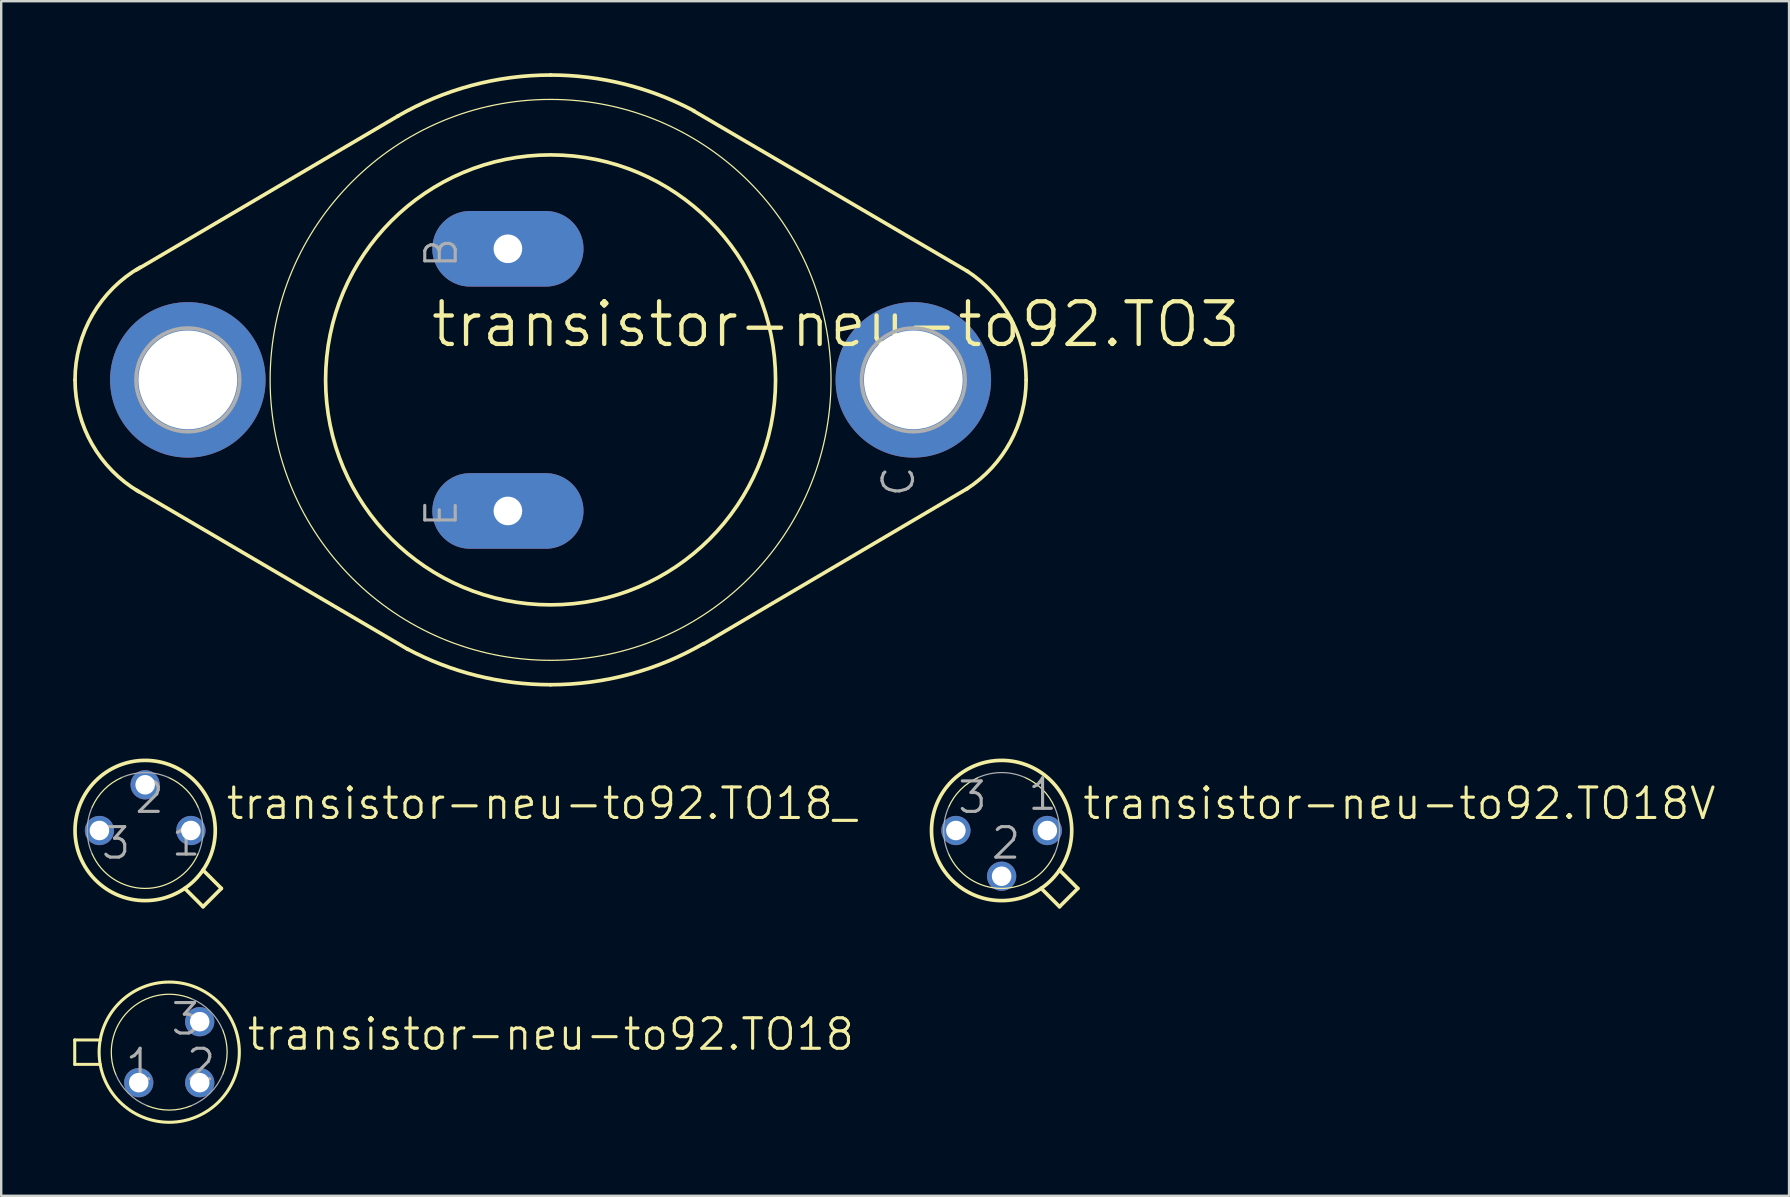
<source format=kicad_pcb>
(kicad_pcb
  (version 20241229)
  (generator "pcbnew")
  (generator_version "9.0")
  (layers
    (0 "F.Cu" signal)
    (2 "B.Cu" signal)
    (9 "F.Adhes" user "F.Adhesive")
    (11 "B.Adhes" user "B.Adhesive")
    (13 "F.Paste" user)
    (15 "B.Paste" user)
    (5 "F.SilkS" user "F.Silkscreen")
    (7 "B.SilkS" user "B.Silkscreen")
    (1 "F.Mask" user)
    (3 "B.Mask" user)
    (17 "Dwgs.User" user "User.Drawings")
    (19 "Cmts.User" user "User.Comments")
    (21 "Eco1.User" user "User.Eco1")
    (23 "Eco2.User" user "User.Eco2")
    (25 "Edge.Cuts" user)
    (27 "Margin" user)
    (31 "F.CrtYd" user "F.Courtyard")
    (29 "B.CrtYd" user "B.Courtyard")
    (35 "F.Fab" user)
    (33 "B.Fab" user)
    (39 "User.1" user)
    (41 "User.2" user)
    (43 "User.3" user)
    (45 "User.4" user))
  (footprint "transistor-neu-to92.TO3"
    (layer "F.Cu")
    (at 19.888 12.776)
    (property "Reference" "transistor-neu-to92.TO3" (at -5.08 -1.27 0) (layer "F.SilkS") (effects (font (size 1.778 1.778) (thickness 0.18)) (justify left bottom)))
    (attr through_hole)
    (fp_line (start -6.35 -10.998) (end -17.272 -4.572) (stroke (width 0.152) (type default)) (layer "F.SilkS"))
    (fp_line (start -5.944 11.227) (end -17.247 4.597) (stroke (width 0.152) (type default)) (layer "F.SilkS"))
    (fp_line (start 5.969 -11.201) (end 17.374 -4.521) (stroke (width 0.152) (type default)) (layer "F.SilkS"))
    (fp_line (start 6.375 10.998) (end 17.374 4.521) (stroke (width 0.152) (type default)) (layer "F.SilkS"))
    (fp_arc (start -19.812 0) (mid -19.08306 -2.712168) (end -17.0927 -4.6935) (stroke (width 0.1524) (type default)) (layer "F.SilkS"))
    (fp_arc (start -17.1555 4.657) (mid -19.101186 2.680705) (end -19.812 0) (stroke (width 0.1524) (type default)) (layer "F.SilkS"))
    (fp_arc (start -6.3718 -10.9859) (mid -3.299165 -12.263989) (end 0 -12.7) (stroke (width 0.1524) (type default)) (layer "F.SilkS"))
    (fp_arc (start 0 -12.7) (mid 3.080216 -12.320822) (end 5.9765 -11.2059) (stroke (width 0.1524) (type default)) (layer "F.SilkS"))
    (fp_arc (start 0 12.7) (mid -3.080216 12.320822) (end -5.9765 11.2059) (stroke (width 0.1524) (type default)) (layer "F.SilkS"))
    (fp_arc (start 6.3718 10.9859) (mid 3.299165 12.263989) (end 0 12.7) (stroke (width 0.1524) (type default)) (layer "F.SilkS"))
    (fp_arc (start 17.3366 -4.545) (mid 19.153012 -2.587691) (end 19.812 0) (stroke (width 0.1524) (type default)) (layer "F.SilkS"))
    (fp_arc (start 19.812 0) (mid 19.153012 2.587691) (end 17.3366 4.545) (stroke (width 0.1524) (type default)) (layer "F.SilkS"))
    (fp_circle (center 0 0) (end 9.373 0) (stroke (width 0.152) (type default)) (fill no) (layer "F.SilkS"))
    (fp_circle (center 0 0) (end 11.684 0) (stroke (width 0.051) (type default)) (fill no) (layer "F.SilkS"))
    (fp_circle (center -15.113 0) (end -12.954 0) (stroke (width 0.152) (type default)) (fill no) (layer "F.Fab"))
    (fp_circle (center 15.113 0) (end 17.272 0) (stroke (width 0.152) (type default)) (fill no) (layer "F.Fab"))
    (fp_text user "B" (at -3.81 -4.572 90) (layer "F.Fab") (effects (font (size 1.27 1.27) (thickness 0.13)) (justify left bottom)))
    (fp_text user "E" (at -3.81 6.223 90) (layer "F.Fab") (effects (font (size 1.27 1.27) (thickness 0.13)) (justify left bottom)))
    (fp_text user "C" (at 15.24 4.953 90) (layer "F.Fab") (effects (font (size 1.27 1.27) (thickness 0.13)) (justify left bottom)))
    (pad "B" thru_hole oval (at -1.778 -5.461) (size 6.299 3.15) (drill 1.194) (layers "*.Cu" "*.Mask"))
    (pad "C" thru_hole circle (at 15.113 0) (size 6.477 6.477) (drill 4.115) (layers "*.Cu" "*.Mask"))
    (pad "C/" thru_hole circle (at -15.113 0) (size 6.477 6.477) (drill 4.115) (layers "*.Cu" "*.Mask"))
    (pad "E" thru_hole oval (at -1.778 5.461) (size 6.299 3.15) (drill 1.194) (layers "*.Cu" "*.Mask")))
  (footprint "transistor-neu-to92.TO18V"
    (layer "F.Cu")
    (at 38.679 31.55)
    (property "Reference" "transistor-neu-to92.TO18V" (at 3.302 -0.381 0) (layer "F.SilkS") (effects (font (size 1.27 1.27) (thickness 0.13)) (justify left bottom)))
    (attr through_hole)
    (fp_line (start 1.649 2.411) (end 2.413 3.175) (stroke (width 0.152) (type default)) (layer "F.SilkS"))
    (fp_line (start 2.411 1.649) (end 3.175 2.413) (stroke (width 0.152) (type default)) (layer "F.SilkS"))
    (fp_line (start 2.413 3.175) (end 3.175 2.413) (stroke (width 0.152) (type default)) (layer "F.SilkS"))
    (fp_arc (start -2.2098 -0.9693) (mid -1.706276 -1.706276) (end -0.9693 -2.2098) (stroke (width 0.0508) (type default)) (layer "F.SilkS"))
    (fp_arc (start 0.9693 -2.2098) (mid 1.706276 -1.706276) (end 2.2098 -0.9693) (stroke (width 0.0508) (type default)) (layer "F.SilkS"))
    (fp_arc (start 2.2098 0.9693) (mid 0 2.413039) (end -2.2098 0.9693) (stroke (width 0.0508) (type default)) (layer "F.SilkS"))
    (fp_circle (center 0 0) (end 2.921 0) (stroke (width 0.152) (type default)) (fill no) (layer "F.SilkS"))
    (fp_arc (start -2.2098 0.9693) (mid -2.413039 0) (end -2.2098 -0.9693) (stroke (width 0.0508) (type default)) (layer "F.Fab"))
    (fp_arc (start -0.9693 -2.2098) (mid 0 -2.413039) (end 0.9693 -2.2098) (stroke (width 0.0508) (type default)) (layer "F.Fab"))
    (fp_arc (start 2.2098 -0.9693) (mid 2.413039 0) (end 2.2098 0.9693) (stroke (width 0.0508) (type default)) (layer "F.Fab"))
    (fp_text user "3" (at -1.905 -0.635 0) (layer "F.Fab") (effects (font (size 1.27 1.27) (thickness 0.13)) (justify left bottom)))
    (fp_text user "1" (at 1.016 -0.762 0) (layer "F.Fab") (effects (font (size 1.27 1.27) (thickness 0.13)) (justify left bottom)))
    (fp_text user "2" (at -0.508 1.27 0) (layer "F.Fab") (effects (font (size 1.27 1.27) (thickness 0.13)) (justify left bottom)))
    (pad "1" thru_hole circle (at 1.905 0) (size 1.219 1.219) (drill 0.813) (layers "*.Cu" "*.Mask"))
    (pad "2" thru_hole circle (at 0 1.905) (size 1.219 1.219) (drill 0.813) (layers "*.Cu" "*.Mask"))
    (pad "3" thru_hole circle (at -1.905 0) (size 1.219 1.219) (drill 0.813) (layers "*.Cu" "*.Mask")))
  (footprint "transistor-neu-to92.TO18_"
    (layer "F.Cu")
    (at 2.997 31.55)
    (property "Reference" "transistor-neu-to92.TO18_" (at 3.302 -0.381 0) (layer "F.SilkS") (effects (font (size 1.27 1.27) (thickness 0.13)) (justify left bottom)))
    (attr through_hole)
    (fp_line (start 1.649 2.411) (end 2.413 3.175) (stroke (width 0.152) (type default)) (layer "F.SilkS"))
    (fp_line (start 2.411 1.649) (end 3.175 2.413) (stroke (width 0.152) (type default)) (layer "F.SilkS"))
    (fp_line (start 2.413 3.175) (end 3.175 2.413) (stroke (width 0.152) (type default)) (layer "F.SilkS"))
    (fp_arc (start -2.2098 -0.9692) (mid -1.706248 -1.706248) (end -0.9692 -2.2098) (stroke (width 0.0508) (type default)) (layer "F.SilkS"))
    (fp_arc (start 0.9692 -2.2098) (mid 1.706248 -1.706248) (end 2.2098 -0.9692) (stroke (width 0.0508) (type default)) (layer "F.SilkS"))
    (fp_arc (start 2.2098 0.9692) (mid 0 2.412999) (end -2.2098 0.9692) (stroke (width 0.0508) (type default)) (layer "F.SilkS"))
    (fp_circle (center 0 0) (end 2.921 0) (stroke (width 0.152) (type default)) (fill no) (layer "F.SilkS"))
    (fp_arc (start -2.2098 0.9692) (mid -2.412999 0) (end -2.2098 -0.9692) (stroke (width 0.0508) (type default)) (layer "F.Fab"))
    (fp_arc (start -0.9692 -2.2098) (mid 0 -2.412999) (end 0.9692 -2.2098) (stroke (width 0.0508) (type default)) (layer "F.Fab"))
    (fp_arc (start 2.2098 -0.9692) (mid 2.412999 0) (end 2.2098 0.9692) (stroke (width 0.0508) (type default)) (layer "F.Fab"))
    (fp_text user "3" (at -1.905 1.27 0) (layer "F.Fab") (effects (font (size 1.27 1.27) (thickness 0.13)) (justify left bottom)))
    (fp_text user "1" (at 1.016 1.143 0) (layer "F.Fab") (effects (font (size 1.27 1.27) (thickness 0.13)) (justify left bottom)))
    (fp_text user "2" (at -0.508 -0.635 0) (layer "F.Fab") (effects (font (size 1.27 1.27) (thickness 0.13)) (justify left bottom)))
    (pad "1" thru_hole circle (at 1.905 0) (size 1.219 1.219) (drill 0.813) (layers "*.Cu" "*.Mask"))
    (pad "2" thru_hole circle (at 0 -1.905) (size 1.219 1.219) (drill 0.813) (layers "*.Cu" "*.Mask"))
    (pad "3" thru_hole circle (at -1.905 0) (size 1.219 1.219) (drill 0.813) (layers "*.Cu" "*.Mask")))
  (footprint "transistor-neu-to92.TO18"
    (layer "F.Cu")
    (at 4 40.785)
    (property "Reference" "transistor-neu-to92.TO18" (at 3.175 0 0) (layer "F.SilkS") (effects (font (size 1.27 1.27) (thickness 0.13)) (justify left bottom)))
    (attr through_hole)
    (fp_line (start -3.937 -0.508) (end -2.877 -0.508) (stroke (width 0.127) (type default)) (layer "F.SilkS"))
    (fp_line (start -3.937 0.508) (end -3.937 -0.508) (stroke (width 0.127) (type default)) (layer "F.SilkS"))
    (fp_line (start -3.937 0.508) (end -2.877 0.508) (stroke (width 0.127) (type default)) (layer "F.SilkS"))
    (fp_arc (start -2.227 0.9289) (mid -1.706187 -1.706287) (end 0.929 -2.2271) (stroke (width 0.0508) (type default)) (layer "F.SilkS"))
    (fp_arc (start 0.9289 2.227) (mid 0 2.412962) (end -0.9289 2.227) (stroke (width 0.0508) (type default)) (layer "F.SilkS"))
    (fp_arc (start 2.227 -0.9289) (mid 2.412962 0) (end 2.227 0.9289) (stroke (width 0.0508) (type default)) (layer "F.SilkS"))
    (fp_circle (center 0 0) (end 2.921 0) (stroke (width 0.127) (type default)) (fill no) (layer "F.SilkS"))
    (fp_arc (start -0.9289 2.227) (mid -1.706222 1.706222) (end -2.227 0.9289) (stroke (width 0.0508) (type default)) (layer "F.Fab"))
    (fp_arc (start 0.9289 -2.227) (mid 1.706222 -1.706222) (end 2.227 -0.9289) (stroke (width 0.0508) (type default)) (layer "F.Fab"))
    (fp_arc (start 2.227 0.9289) (mid 1.706222 1.706222) (end 0.9289 2.227) (stroke (width 0.0508) (type default)) (layer "F.Fab"))
    (fp_text user "1" (at -1.905 1.27 0) (layer "F.Fab") (effects (font (size 1.27 1.27) (thickness 0.13)) (justify left bottom)))
    (fp_text user "2" (at 0.635 1.27 0) (layer "F.Fab") (effects (font (size 1.27 1.27) (thickness 0.13)) (justify left bottom)))
    (fp_text user "3" (at 0 -0.635 0) (layer "F.Fab") (effects (font (size 1.27 1.27) (thickness 0.13)) (justify left bottom)))
    (pad "1" thru_hole circle (at -1.27 1.27) (size 1.219 1.219) (drill 0.813) (layers "*.Cu" "*.Mask"))
    (pad "2" thru_hole circle (at 1.27 1.27) (size 1.219 1.219) (drill 0.813) (layers "*.Cu" "*.Mask"))
    (pad "3" thru_hole circle (at 1.27 -1.27) (size 1.219 1.219) (drill 0.813) (layers "*.Cu" "*.Mask")))
  (gr_rect
    (start -3 -3)
    (end 71.485 46.77)
    (stroke (width 0.1) (type default))
    (fill no)
    (layer "Edge.Cuts")))
</source>
